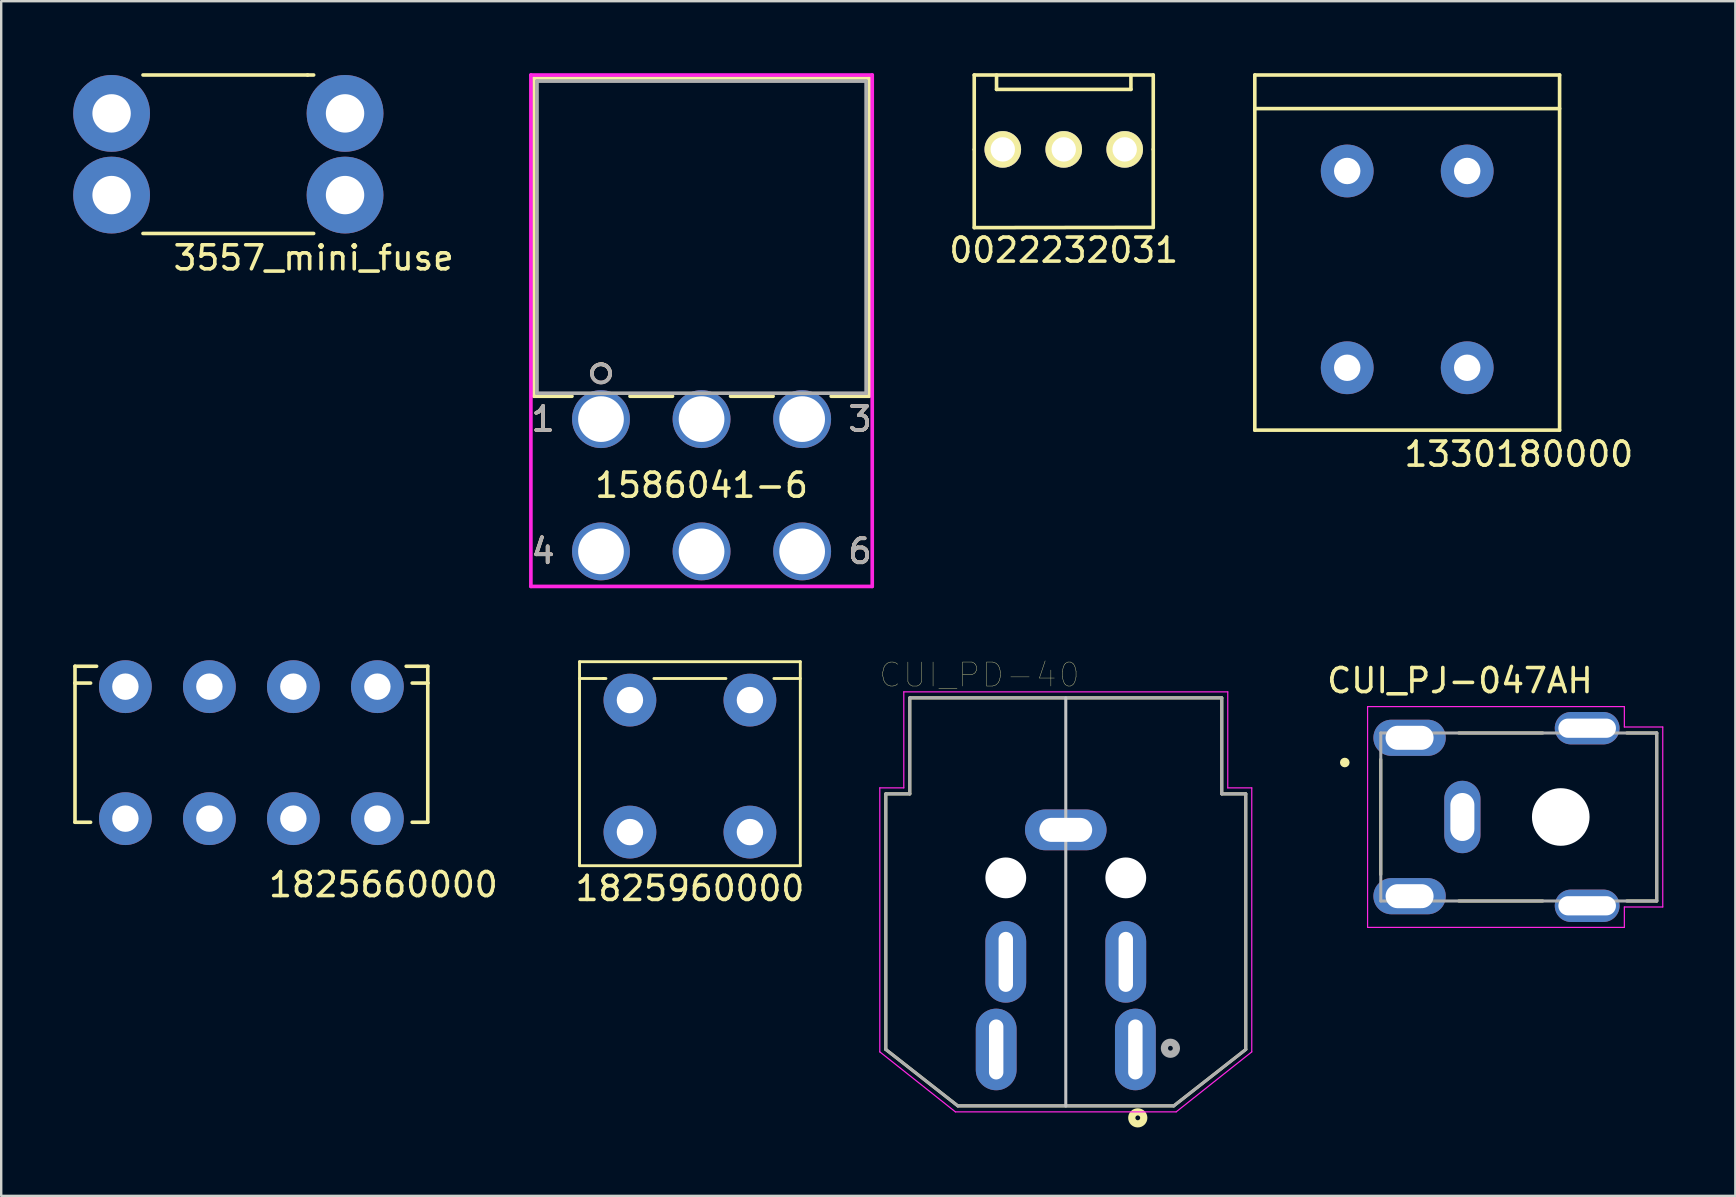
<source format=kicad_pcb>
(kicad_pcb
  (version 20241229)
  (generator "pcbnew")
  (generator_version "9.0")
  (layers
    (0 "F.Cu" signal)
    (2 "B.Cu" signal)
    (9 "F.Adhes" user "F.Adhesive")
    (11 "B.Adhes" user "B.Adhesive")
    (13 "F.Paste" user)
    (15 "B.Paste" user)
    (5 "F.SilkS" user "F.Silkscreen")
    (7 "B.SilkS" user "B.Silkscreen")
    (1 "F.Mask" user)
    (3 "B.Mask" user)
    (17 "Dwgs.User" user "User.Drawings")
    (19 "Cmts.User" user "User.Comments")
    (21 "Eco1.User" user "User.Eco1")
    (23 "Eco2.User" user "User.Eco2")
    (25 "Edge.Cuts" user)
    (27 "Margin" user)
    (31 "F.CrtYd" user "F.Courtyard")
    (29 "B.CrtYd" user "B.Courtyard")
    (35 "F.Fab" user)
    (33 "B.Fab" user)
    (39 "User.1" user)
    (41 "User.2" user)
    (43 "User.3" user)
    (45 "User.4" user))
  (footprint "1586041-6"
    (layer "F.Cu")
    (at 30.375 19.926)
    (property "Reference" "1586041-6" (at -4.191 -2.756 0) (layer "F.SilkS") (effects (font (size 1 1) (thickness 0.15))))
    (attr through_hole)
    (fp_line (start -11.176 -19.723) (end -11.176 -6.464) (stroke (width 0.152) (type solid)) (layer "F.SilkS"))
    (fp_line (start -11.176 -6.464) (end -9.591 -6.464) (stroke (width 0.152) (type solid)) (layer "F.SilkS"))
    (fp_line (start -7.173 -6.464) (end -5.4 -6.464) (stroke (width 0.152) (type solid)) (layer "F.SilkS"))
    (fp_line (start -2.982 -6.464) (end -1.209 -6.464) (stroke (width 0.152) (type solid)) (layer "F.SilkS"))
    (fp_line (start 1.209 -6.464) (end 2.794 -6.464) (stroke (width 0.152) (type solid)) (layer "F.SilkS"))
    (fp_line (start 2.794 -19.723) (end -11.176 -19.723) (stroke (width 0.152) (type solid)) (layer "F.SilkS"))
    (fp_line (start 2.794 -6.464) (end 2.794 -19.723) (stroke (width 0.152) (type solid)) (layer "F.SilkS"))
    (fp_arc (start -8.763 -7.4168) (mid -8.268446 -7.780485) (end -8.068688 -7.200013) (stroke (width 0.1524) (type solid)) (layer "F.SilkS"))
    (fp_arc (start -8.382 -7.7978) (mid -8.268446 -7.780485) (end -8.165213 -7.730112) (stroke (width 0.1524) (type solid)) (layer "F.SilkS"))
    (fp_circle (center -8.382 -7.417) (end -8.001 -7.417) (stroke (width 0.152) (type solid)) (fill no) (layer "B.SilkS"))
    (fp_line (start -11.303 -19.85) (end -11.303 1.46) (stroke (width 0.152) (type solid)) (layer "F.CrtYd"))
    (fp_line (start -11.303 1.46) (end 2.921 1.46) (stroke (width 0.152) (type solid)) (layer "F.CrtYd"))
    (fp_line (start 2.921 -19.85) (end -11.303 -19.85) (stroke (width 0.152) (type solid)) (layer "F.CrtYd"))
    (fp_line (start 2.921 1.46) (end 2.921 -19.85) (stroke (width 0.152) (type solid)) (layer "F.CrtYd"))
    (fp_line (start -11.049 -19.596) (end -11.049 -6.591) (stroke (width 0.152) (type solid)) (layer "F.Fab"))
    (fp_line (start -11.049 -6.591) (end 2.667 -6.591) (stroke (width 0.152) (type solid)) (layer "F.Fab"))
    (fp_line (start 2.667 -19.596) (end -11.049 -19.596) (stroke (width 0.152) (type solid)) (layer "F.Fab"))
    (fp_line (start 2.667 -6.591) (end 2.667 -19.596) (stroke (width 0.152) (type solid)) (layer "F.Fab"))
    (fp_circle (center -8.382 -7.417) (end -8.001 -7.417) (stroke (width 0.152) (type solid)) (fill no) (layer "F.Fab"))
    (fp_text user "3" (at 2.413 -5.512 0) (layer "F.SilkS") (effects (font (size 1 1) (thickness 0.15))))
    (fp_text user "4" (at -10.795 0 0) (layer "F.SilkS") (effects (font (size 1 1) (thickness 0.15))))
    (fp_text user "*" (at 0 0 0) (layer "F.SilkS") (effects (font (size 1 1) (thickness 0.15))))
    (fp_text user "1" (at -10.795 -5.512 0) (layer "F.SilkS") (effects (font (size 1 1) (thickness 0.15))))
    (fp_text user "6" (at 2.413 0 0) (layer "F.SilkS") (effects (font (size 1 1) (thickness 0.15))))
    (fp_text user "3" (at 2.413 -5.512 0) (layer "B.SilkS") (effects (font (size 1 1) (thickness 0.15))))
    (fp_text user "6" (at 2.413 0 0) (layer "B.SilkS") (effects (font (size 1 1) (thickness 0.15))))
    (fp_text user "4" (at -10.795 0 0) (layer "B.SilkS") (effects (font (size 1 1) (thickness 0.15))))
    (fp_text user "1" (at -10.795 -5.512 0) (layer "B.SilkS") (effects (font (size 1 1) (thickness 0.15))))
    (fp_text user "Copyright 2016 Accelerated Designs. All rights reserved." (at 0 0 0) (layer "Cmts.User") (effects (font (size 0.127 0.127) (thickness 0.002))))
    (fp_text user "1" (at -10.795 -5.512 0) (layer "F.Fab") (effects (font (size 1 1) (thickness 0.15))))
    (fp_text user "4" (at -10.795 0 0) (layer "F.Fab") (effects (font (size 1 1) (thickness 0.15))))
    (fp_text user "*" (at 0 0 0) (layer "F.Fab") (effects (font (size 1 1) (thickness 0.15))))
    (fp_text user "3" (at 2.413 -5.512 0) (layer "F.Fab") (effects (font (size 1 1) (thickness 0.15))))
    (fp_text user "6" (at 2.413 0 0) (layer "F.Fab") (effects (font (size 1 1) (thickness 0.15))))
    (pad "1" thru_hole circle (at -8.382 -5.512) (size 2.413 2.413) (drill 1.905) (layers "*.Cu" "*.Mask"))
    (pad "2" thru_hole circle (at -4.191 -5.512) (size 2.413 2.413) (drill 1.905) (layers "*.Cu" "*.Mask"))
    (pad "3" thru_hole circle (at 0 -5.512) (size 2.413 2.413) (drill 1.905) (layers "*.Cu" "*.Mask"))
    (pad "4" thru_hole circle (at -8.382 0) (size 2.413 2.413) (drill 1.905) (layers "*.Cu" "*.Mask"))
    (pad "5" thru_hole circle (at -4.191 0) (size 2.413 2.413) (drill 1.905) (layers "*.Cu" "*.Mask"))
    (pad "6" thru_hole circle (at 0 0) (size 2.413 2.413) (drill 1.905) (layers "*.Cu" "*.Mask")))
  (footprint "CUI_PD-40"
    (layer "F.Cu")
    (at 41.361 33.531)
    (property "Reference" "CUI_PD-40" (at -3.6 -8.456 0) (layer "F.SilkS") (effects (font (size 1.001 1.001) (thickness 0.015))))
    (attr through_hole)
    (fp_line (start -7.5 -3.5) (end -6.5 -3.5) (stroke (width 0.127) (type solid)) (layer "F.SilkS"))
    (fp_line (start -7.5 7.15) (end -7.5 -3.5) (stroke (width 0.127) (type solid)) (layer "F.SilkS"))
    (fp_line (start -6.5 -7.5) (end 6.5 -7.5) (stroke (width 0.127) (type solid)) (layer "F.SilkS"))
    (fp_line (start -6.5 -3.5) (end -6.5 -7.5) (stroke (width 0.127) (type solid)) (layer "F.SilkS"))
    (fp_line (start -4.5 9.5) (end -7.5 7.15) (stroke (width 0.127) (type solid)) (layer "F.SilkS"))
    (fp_line (start 4.5 9.5) (end -4.5 9.5) (stroke (width 0.127) (type solid)) (layer "F.SilkS"))
    (fp_line (start 6.5 -7.5) (end 6.5 -3.5) (stroke (width 0.127) (type solid)) (layer "F.SilkS"))
    (fp_line (start 6.5 -3.5) (end 7.5 -3.5) (stroke (width 0.127) (type solid)) (layer "F.SilkS"))
    (fp_line (start 7.5 -3.5) (end 7.5 7.15) (stroke (width 0.127) (type solid)) (layer "F.SilkS"))
    (fp_line (start 7.5 7.15) (end 4.5 9.5) (stroke (width 0.127) (type solid)) (layer "F.SilkS"))
    (fp_circle (center 3 10) (end 3.1 10) (stroke (width 0.3) (type solid)) (fill no) (layer "F.SilkS"))
    (fp_line (start 0 -7.5) (end 0 9.51) (stroke (width 0.127) (type solid)) (layer "Dwgs.User"))
    (fp_line (start -7.75 -3.75) (end -6.75 -3.75) (stroke (width 0.05) (type solid)) (layer "F.CrtYd"))
    (fp_line (start -7.75 7.25) (end -7.75 -3.75) (stroke (width 0.05) (type solid)) (layer "F.CrtYd"))
    (fp_line (start -6.75 -7.75) (end 6.75 -7.75) (stroke (width 0.05) (type solid)) (layer "F.CrtYd"))
    (fp_line (start -6.75 -3.75) (end -6.75 -7.75) (stroke (width 0.05) (type solid)) (layer "F.CrtYd"))
    (fp_line (start -4.6 9.75) (end -7.75 7.25) (stroke (width 0.05) (type solid)) (layer "F.CrtYd"))
    (fp_line (start 4.6 9.75) (end -4.6 9.75) (stroke (width 0.05) (type solid)) (layer "F.CrtYd"))
    (fp_line (start 6.75 -7.75) (end 6.75 -3.75) (stroke (width 0.05) (type solid)) (layer "F.CrtYd"))
    (fp_line (start 6.75 -3.75) (end 7.75 -3.75) (stroke (width 0.05) (type solid)) (layer "F.CrtYd"))
    (fp_line (start 7.75 -3.75) (end 7.75 7.25) (stroke (width 0.05) (type solid)) (layer "F.CrtYd"))
    (fp_line (start 7.75 7.25) (end 4.6 9.75) (stroke (width 0.05) (type solid)) (layer "F.CrtYd"))
    (fp_line (start -7.5 -3.5) (end -6.5 -3.5) (stroke (width 0.127) (type solid)) (layer "F.Fab"))
    (fp_line (start -7.5 7.15) (end -7.5 -3.5) (stroke (width 0.127) (type solid)) (layer "F.Fab"))
    (fp_line (start -6.5 -7.5) (end 6.5 -7.5) (stroke (width 0.127) (type solid)) (layer "F.Fab"))
    (fp_line (start -6.5 -3.5) (end -6.5 -7.5) (stroke (width 0.127) (type solid)) (layer "F.Fab"))
    (fp_line (start -4.5 9.5) (end -7.5 7.15) (stroke (width 0.127) (type solid)) (layer "F.Fab"))
    (fp_line (start 4.5 9.5) (end -4.5 9.5) (stroke (width 0.127) (type solid)) (layer "F.Fab"))
    (fp_line (start 6.5 -7.5) (end 6.5 -3.5) (stroke (width 0.127) (type solid)) (layer "F.Fab"))
    (fp_line (start 6.5 -3.5) (end 7.5 -3.5) (stroke (width 0.127) (type solid)) (layer "F.Fab"))
    (fp_line (start 7.5 -3.5) (end 7.5 7.15) (stroke (width 0.127) (type solid)) (layer "F.Fab"))
    (fp_line (start 7.5 7.15) (end 4.5 9.5) (stroke (width 0.127) (type solid)) (layer "F.Fab"))
    (fp_circle (center 4.36 7.1) (end 4.46 7.1) (stroke (width 0.3) (type solid)) (fill no) (layer "F.Fab"))
    (pad "" np_thru_hole circle (at -2.5 0) (size 1.7 1.7) (drill 1.7) (layers "*.Cu" "*.Mask"))
    (pad "" np_thru_hole circle (at 2.5 0) (size 1.7 1.7) (drill 1.7) (layers "*.Cu" "*.Mask"))
    (pad "1" thru_hole oval (at 2.9 7.15) (size 1.7 3.4) (drill oval 0.6 2.5) (layers "*.Cu" "*.Mask"))
    (pad "2" thru_hole oval (at -2.9 7.15) (size 1.7 3.4) (drill oval 0.6 2.5) (layers "*.Cu" "*.Mask"))
    (pad "3" thru_hole oval (at 2.5 3.5) (size 1.7 3.4) (drill oval 0.6 2.5) (layers "*.Cu" "*.Mask"))
    (pad "4" thru_hole oval (at -2.5 3.5) (size 1.7 3.4) (drill oval 0.6 2.5) (layers "*.Cu" "*.Mask"))
    (pad "S" thru_hole oval (at 0 -2) (size 3.4 1.7) (drill oval 2.2 1) (layers "*.Cu" "*.Mask")))
  (footprint "1330180000"
    (layer "F.Cu")
    (at 55.588 8.175)
    (property "Reference" "1330180000" (at 4.65 7.7 0) (layer "F.SilkS") (effects (font (size 1 1) (thickness 0.15))))
    (attr through_hole)
    (fp_line (start -6.35 -8.1) (end -6.35 6.7) (stroke (width 0.15) (type solid)) (layer "F.SilkS"))
    (fp_line (start -6.35 -8.1) (end 6.35 -8.1) (stroke (width 0.15) (type solid)) (layer "F.SilkS"))
    (fp_line (start -6.35 -6.7) (end 6.35 -6.7) (stroke (width 0.15) (type solid)) (layer "F.SilkS"))
    (fp_line (start -6.35 6.7) (end 6.35 6.7) (stroke (width 0.15) (type solid)) (layer "F.SilkS"))
    (fp_line (start 6.35 -8.1) (end 6.35 6.7) (stroke (width 0.15) (type solid)) (layer "F.SilkS"))
    (pad "1" thru_hole circle (at -2.5 -4.1) (size 2.2 2.2) (drill 1.1) (layers "*.Cu" "*.Mask"))
    (pad "1" thru_hole circle (at -2.5 4.1) (size 2.2 2.2) (drill 1.1) (layers "*.Cu" "*.Mask"))
    (pad "2" thru_hole circle (at 2.5 -4.1) (size 2.2 2.2) (drill 1.1) (layers "*.Cu" "*.Mask"))
    (pad "2" thru_hole circle (at 2.5 4.1) (size 2.2 2.2) (drill 1.1) (layers "*.Cu" "*.Mask")))
  (footprint "0022232031"
    (layer "F.Cu")
    (at 41.276 3.175)
    (property "Reference" "0022232031" (at 0 4.2 0) (layer "F.SilkS") (effects (font (size 1 1) (thickness 0.15))))
    (attr through_hole)
    (fp_line (start -3.73 -3.1) (end 3.73 -3.1) (stroke (width 0.15) (type solid)) (layer "F.SilkS"))
    (fp_line (start -3.73 0) (end -3.73 -3.1) (stroke (width 0.15) (type solid)) (layer "F.SilkS"))
    (fp_line (start -3.73 3.26) (end -3.73 0.01) (stroke (width 0.15) (type solid)) (layer "F.SilkS"))
    (fp_line (start -2.8 -3.1) (end -2.8 -2.5) (stroke (width 0.15) (type solid)) (layer "F.SilkS"))
    (fp_line (start -2.8 -2.5) (end 2.8 -2.5) (stroke (width 0.15) (type solid)) (layer "F.SilkS"))
    (fp_line (start 2.8 -2.5) (end 2.8 -3.09) (stroke (width 0.15) (type solid)) (layer "F.SilkS"))
    (fp_line (start 3.73 -3.1) (end 3.73 0) (stroke (width 0.15) (type solid)) (layer "F.SilkS"))
    (fp_line (start 3.73 0) (end 3.73 3.25) (stroke (width 0.15) (type solid)) (layer "F.SilkS"))
    (fp_line (start 3.73 3.25) (end -3.73 3.26) (stroke (width 0.15) (type solid)) (layer "F.SilkS"))
    (pad "1" thru_hole circle (at 2.54 0) (size 1.524 1.524) (drill 1.016) (layers "*.Cu" "*.Mask" "F.SilkS"))
    (pad "2" thru_hole circle (at 0 0) (size 1.524 1.524) (drill 1.016) (layers "*.Cu" "*.Mask" "F.SilkS"))
    (pad "3" thru_hole circle (at -2.54 0) (size 1.524 1.524) (drill 1.016) (layers "*.Cu" "*.Mask" "F.SilkS")))
  (footprint "1825960000"
    (layer "F.Cu")
    (at 25.699 28.873)
    (property "Reference" "1825960000" (at 0 5.1 0) (layer "F.SilkS") (effects (font (size 1 1) (thickness 0.15))))
    (attr through_hole)
    (fp_line (start -4.6 -4.35) (end 4.6 -4.35) (stroke (width 0.12) (type solid)) (layer "F.SilkS"))
    (fp_line (start -4.6 -3.65) (end -3.5 -3.65) (stroke (width 0.12) (type solid)) (layer "F.SilkS"))
    (fp_line (start -4.6 4.15) (end -4.6 -4.35) (stroke (width 0.12) (type solid)) (layer "F.SilkS"))
    (fp_line (start -3.6 -3.65) (end -3.6 -3.65) (stroke (width 0.12) (type solid)) (layer "F.SilkS"))
    (fp_line (start -3.6 -3.65) (end -3.6 -3.65) (stroke (width 0.12) (type solid)) (layer "F.SilkS"))
    (fp_line (start -1.5 -3.65) (end 1.5 -3.65) (stroke (width 0.12) (type solid)) (layer "F.SilkS"))
    (fp_line (start 3.5 -3.65) (end 4.6 -3.65) (stroke (width 0.12) (type solid)) (layer "F.SilkS"))
    (fp_line (start 4.6 -4.35) (end 4.6 4.15) (stroke (width 0.12) (type solid)) (layer "F.SilkS"))
    (fp_line (start 4.6 4.15) (end -4.6 4.15) (stroke (width 0.12) (type solid)) (layer "F.SilkS"))
    (pad "1" thru_hole circle (at -2.5 -2.75) (size 2.2 2.2) (drill 1.1) (layers "*.Cu" "*.Mask"))
    (pad "1" thru_hole circle (at -2.5 2.75) (size 2.2 2.2) (drill 1.1) (layers "*.Cu" "*.Mask"))
    (pad "2" thru_hole circle (at 2.5 -2.75) (size 2.2 2.2) (drill 1.1) (layers "*.Cu" "*.Mask"))
    (pad "2" thru_hole circle (at 2.5 2.75) (size 2.2 2.2) (drill 1.1) (layers "*.Cu" "*.Mask")))
  (footprint "1825660000"
    (layer "F.Cu")
    (at 7.425 28.313)
    (property "Reference" "1825660000" (at 5.5 5.5 0) (layer "F.SilkS") (effects (font (size 1 1) (thickness 0.15))))
    (attr through_hole)
    (fp_line (start -7.35 -3.6) (end -6.45 -3.6) (stroke (width 0.15) (type solid)) (layer "F.SilkS"))
    (fp_line (start -7.35 -2.9) (end -7.35 -3.6) (stroke (width 0.15) (type solid)) (layer "F.SilkS"))
    (fp_line (start -7.35 -2.9) (end -7.35 2.9) (stroke (width 0.15) (type solid)) (layer "F.SilkS"))
    (fp_line (start -7.35 -2.9) (end -6.7 -2.9) (stroke (width 0.15) (type solid)) (layer "F.SilkS"))
    (fp_line (start -7.35 2.9) (end -6.7 2.9) (stroke (width 0.15) (type solid)) (layer "F.SilkS"))
    (fp_line (start 7.35 -3.6) (end 6.45 -3.6) (stroke (width 0.15) (type solid)) (layer "F.SilkS"))
    (fp_line (start 7.35 -2.9) (end 6.7 -2.9) (stroke (width 0.15) (type solid)) (layer "F.SilkS"))
    (fp_line (start 7.35 -2.9) (end 7.35 -3.6) (stroke (width 0.15) (type solid)) (layer "F.SilkS"))
    (fp_line (start 7.35 -2.9) (end 7.35 2.9) (stroke (width 0.15) (type solid)) (layer "F.SilkS"))
    (fp_line (start 7.35 2.9) (end 6.7 2.9) (stroke (width 0.15) (type solid)) (layer "F.SilkS"))
    (pad "1" thru_hole circle (at -5.25 -2.75) (size 2.2 2.2) (drill 1.1) (layers "*.Cu" "*.Mask"))
    (pad "1" thru_hole circle (at -5.25 2.75) (size 2.2 2.2) (drill 1.1) (layers "*.Cu" "*.Mask"))
    (pad "2" thru_hole circle (at -1.75 -2.75) (size 2.2 2.2) (drill 1.1) (layers "*.Cu" "*.Mask"))
    (pad "2" thru_hole circle (at -1.75 2.75) (size 2.2 2.2) (drill 1.1) (layers "*.Cu" "*.Mask"))
    (pad "3" thru_hole circle (at 1.75 -2.75) (size 2.2 2.2) (drill 1.1) (layers "*.Cu" "*.Mask"))
    (pad "3" thru_hole circle (at 1.75 2.75) (size 2.2 2.2) (drill 1.1) (layers "*.Cu" "*.Mask"))
    (pad "4" thru_hole circle (at 5.25 -2.75) (size 2.2 2.2) (drill 1.1) (layers "*.Cu" "*.Mask"))
    (pad "4" thru_hole circle (at 5.25 2.75) (size 2.2 2.2) (drill 1.1) (layers "*.Cu" "*.Mask")))
  (footprint "CUI_PJ-047AH"
    (layer "F.Cu")
    (at 60.237 30.994)
    (property "Reference" "CUI_PJ-047AH" (at -2.45 -5.683 0) (layer "F.SilkS") (effects (font (size 1.001 1.001) (thickness 0.15))))
    (attr through_hole)
    (fp_line (start -5.75 -2.4) (end -5.75 2.4) (stroke (width 0.127) (type solid)) (layer "F.SilkS"))
    (fp_line (start -2.5 -3.5) (end 1 -3.5) (stroke (width 0.127) (type solid)) (layer "F.SilkS"))
    (fp_line (start 1 3.5) (end -2.5 3.5) (stroke (width 0.127) (type solid)) (layer "F.SilkS"))
    (fp_line (start 4.5 3.5) (end 5.75 3.5) (stroke (width 0.127) (type solid)) (layer "F.SilkS"))
    (fp_line (start 5.75 -3.5) (end 4.5 -3.5) (stroke (width 0.127) (type solid)) (layer "F.SilkS"))
    (fp_line (start 5.75 3.5) (end 5.75 -3.5) (stroke (width 0.127) (type solid)) (layer "F.SilkS"))
    (fp_circle (center -7.25 -2.27) (end -7.15 -2.27) (stroke (width 0.2) (type solid)) (fill no) (layer "F.SilkS"))
    (fp_line (start -6.3 -4.6) (end -6.3 4.6) (stroke (width 0.05) (type solid)) (layer "F.CrtYd"))
    (fp_line (start 4.4 -4.6) (end -6.3 -4.6) (stroke (width 0.05) (type solid)) (layer "F.CrtYd"))
    (fp_line (start 4.4 -3.75) (end 4.4 -4.6) (stroke (width 0.05) (type solid)) (layer "F.CrtYd"))
    (fp_line (start 4.4 4.6) (end -6.3 4.6) (stroke (width 0.05) (type solid)) (layer "F.CrtYd"))
    (fp_line (start 4.4 4.6) (end 4.4 3.75) (stroke (width 0.05) (type solid)) (layer "F.CrtYd"))
    (fp_line (start 6 -3.75) (end 4.4 -3.75) (stroke (width 0.05) (type solid)) (layer "F.CrtYd"))
    (fp_line (start 6 3.75) (end 4.4 3.75) (stroke (width 0.05) (type solid)) (layer "F.CrtYd"))
    (fp_line (start 6 3.75) (end 6 -3.75) (stroke (width 0.05) (type solid)) (layer "F.CrtYd"))
    (fp_line (start -5.75 -3.5) (end 5.75 -3.5) (stroke (width 0.127) (type solid)) (layer "F.Fab"))
    (fp_line (start -5.75 3.5) (end -5.75 -3.5) (stroke (width 0.127) (type solid)) (layer "F.Fab"))
    (fp_line (start 5.75 -3.5) (end 5.75 3.5) (stroke (width 0.127) (type solid)) (layer "F.Fab"))
    (fp_line (start 5.75 3.5) (end -5.75 3.5) (stroke (width 0.127) (type solid)) (layer "F.Fab"))
    (pad "" np_thru_hole circle (at 1.75 0) (size 2.4 2.4) (drill 2.4) (layers "*.Cu" "*.Mask"))
    (pad "1" thru_hole oval (at -4.55 -3.3) (size 3.016 1.508) (drill oval 2 1) (layers "*.Cu" "*.Mask"))
    (pad "2" thru_hole oval (at -2.35 0) (size 1.508 3.016) (drill oval 1 2) (layers "*.Cu" "*.Mask"))
    (pad "3" thru_hole oval (at -4.55 3.3) (size 3.016 1.508) (drill oval 2 1) (layers "*.Cu" "*.Mask"))
    (pad "5" thru_hole oval (at 2.85 3.7) (size 2.7 1.35) (drill oval 2.4 0.8) (layers "*.Cu" "*.Mask"))
    (pad "6" thru_hole oval (at 2.85 -3.7) (size 2.7 1.35) (drill oval 2.4 0.8) (layers "*.Cu" "*.Mask")))
  (footprint "3557_mini_fuse"
    (layer "F.Cu")
    (at 6.464 3.377)
    (property "Reference" "3557_mini_fuse" (at 3.556 4.318 0) (layer "F.SilkS") (effects (font (size 1 1) (thickness 0.15))))
    (attr through_hole)
    (fp_line (start -3.556 -3.302) (end 3.302 -3.302) (stroke (width 0.15) (type solid)) (layer "F.SilkS"))
    (fp_line (start -3.556 3.302) (end 3.556 3.302) (stroke (width 0.15) (type solid)) (layer "F.SilkS"))
    (fp_line (start 3.556 -3.302) (end 3.302 -3.302) (stroke (width 0.15) (type solid)) (layer "F.SilkS"))
    (pad "1" thru_hole circle (at -4.864 -1.702) (size 3.2 3.2) (drill 1.6) (layers "*.Cu" "*.Mask"))
    (pad "1" thru_hole circle (at -4.864 1.702) (size 3.2 3.2) (drill 1.6) (layers "*.Cu" "*.Mask"))
    (pad "2" thru_hole circle (at 4.864 -1.702) (size 3.2 3.2) (drill 1.6) (layers "*.Cu" "*.Mask"))
    (pad "2" thru_hole circle (at 4.864 1.702) (size 3.2 3.2) (drill 1.6) (layers "*.Cu" "*.Mask")))
  (gr_rect
    (start -3 -3)
    (end 69.262 46.781)
    (stroke (width 0.1) (type default))
    (fill no)
    (layer "Edge.Cuts")))
</source>
